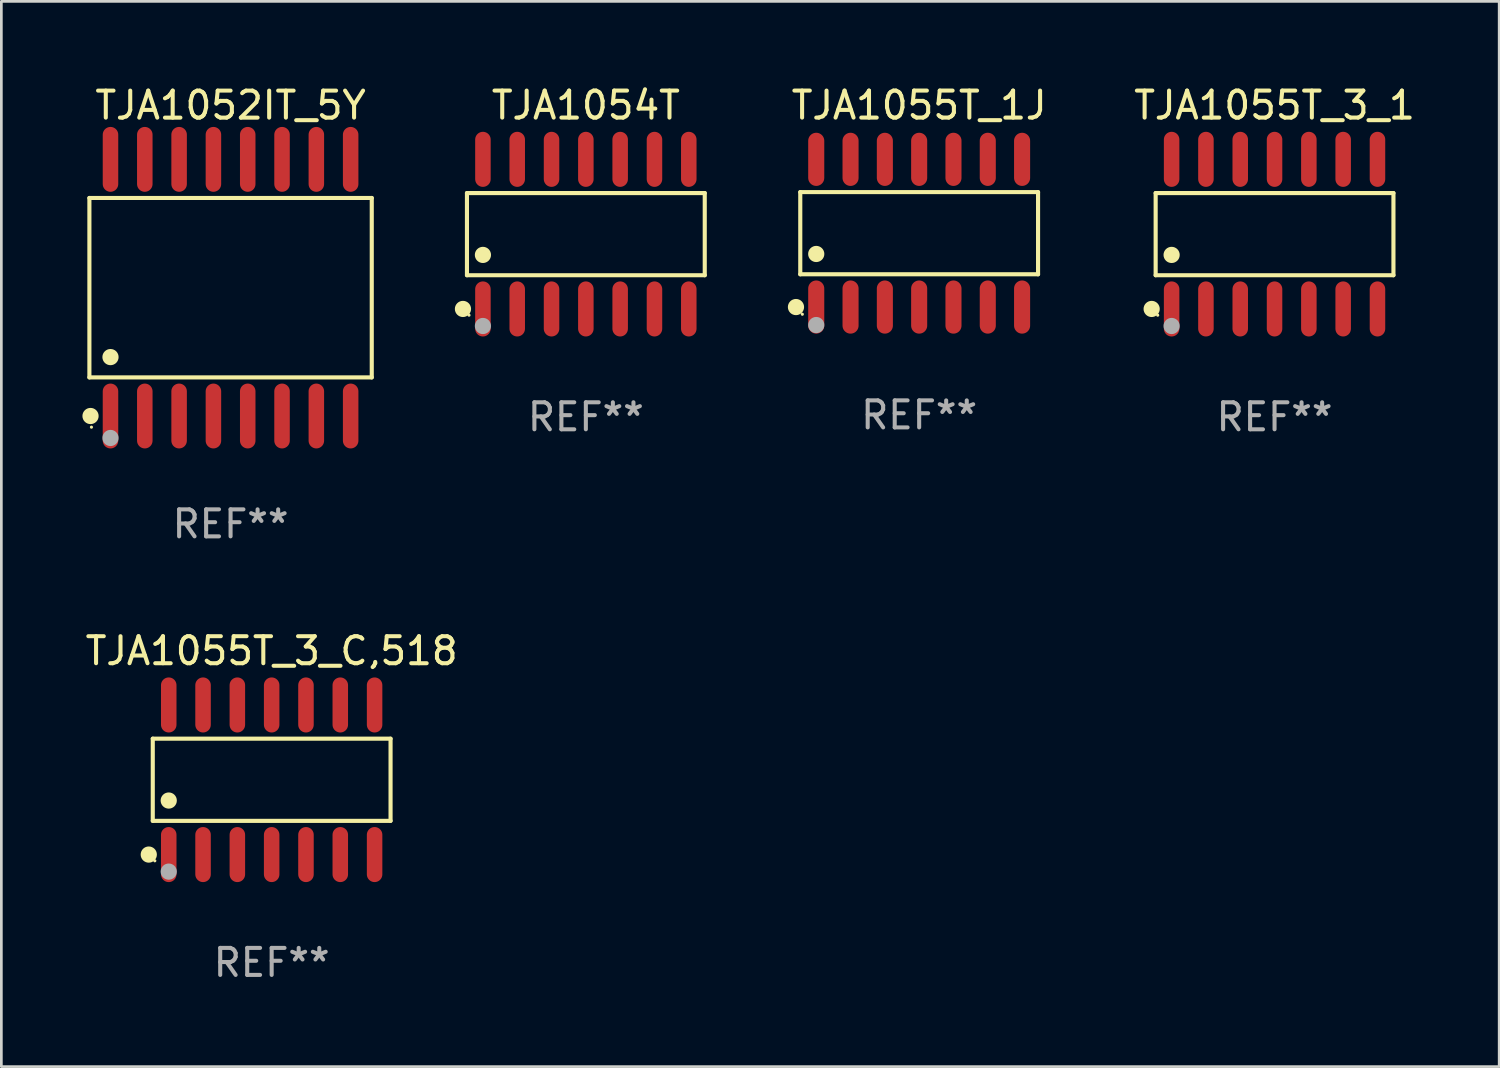
<source format=kicad_pcb>
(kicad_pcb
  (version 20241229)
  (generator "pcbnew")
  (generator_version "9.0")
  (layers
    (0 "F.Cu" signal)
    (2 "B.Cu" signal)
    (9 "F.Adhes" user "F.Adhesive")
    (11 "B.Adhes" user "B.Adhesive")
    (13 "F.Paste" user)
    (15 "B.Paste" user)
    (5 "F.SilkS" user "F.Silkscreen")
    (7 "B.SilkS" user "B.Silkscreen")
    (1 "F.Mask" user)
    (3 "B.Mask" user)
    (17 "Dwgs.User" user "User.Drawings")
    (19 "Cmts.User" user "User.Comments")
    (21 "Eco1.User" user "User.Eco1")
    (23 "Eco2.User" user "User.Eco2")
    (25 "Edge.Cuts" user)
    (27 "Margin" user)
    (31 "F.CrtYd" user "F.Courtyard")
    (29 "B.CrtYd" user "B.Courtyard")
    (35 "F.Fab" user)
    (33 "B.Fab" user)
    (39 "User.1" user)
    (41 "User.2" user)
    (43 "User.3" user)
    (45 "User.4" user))
  (footprint "TJA1055T_1J"
    (layer "F.Cu")
    (at 30.974 5.582)
    (property "Reference" "TJA1055T_1J" (at 0 -4.734 0) (layer "F.SilkS") (effects (font (size 1 1) (thickness 0.15))))
    (attr through_hole)
    (fp_line (start -4.401 -1.521) (end 4.401 -1.521) (stroke (width 0.152) (type solid)) (layer "F.SilkS"))
    (fp_line (start -4.401 1.521) (end -4.401 -1.521) (stroke (width 0.152) (type solid)) (layer "F.SilkS"))
    (fp_line (start 4.401 -1.521) (end 4.401 1.521) (stroke (width 0.152) (type solid)) (layer "F.SilkS"))
    (fp_line (start 4.401 1.521) (end -4.401 1.521) (stroke (width 0.152) (type solid)) (layer "F.SilkS"))
    (fp_circle (center -4.56 2.734) (end -4.41 2.734) (stroke (width 0.3) (type solid)) (fill no) (layer "F.SilkS"))
    (fp_circle (center -4.325 3) (end -4.295 3) (stroke (width 0.06) (type solid)) (fill no) (layer "F.SilkS"))
    (fp_circle (center -3.81 0.769) (end -3.66 0.769) (stroke (width 0.3) (type solid)) (fill no) (layer "F.SilkS"))
    (fp_circle (center -3.81 3.4) (end -3.66 3.4) (stroke (width 0.3) (type solid)) (fill no) (layer "F.Fab"))
    (fp_text user "REF**" (at 0 6.734 0) (layer "F.Fab") (effects (font (size 1 1) (thickness 0.15))))
    (pad "1" smd oval (at -3.81 2.734) (size 0.595 1.968) (layers "F.Cu" "F.Mask" "F.Paste"))
    (pad "2" smd oval (at -2.54 2.734) (size 0.595 1.968) (layers "F.Cu" "F.Mask" "F.Paste"))
    (pad "3" smd oval (at -1.27 2.734) (size 0.595 1.968) (layers "F.Cu" "F.Mask" "F.Paste"))
    (pad "4" smd oval (at 0 2.734) (size 0.595 1.968) (layers "F.Cu" "F.Mask" "F.Paste"))
    (pad "5" smd oval (at 1.27 2.734) (size 0.595 1.968) (layers "F.Cu" "F.Mask" "F.Paste"))
    (pad "6" smd oval (at 2.54 2.734) (size 0.595 1.968) (layers "F.Cu" "F.Mask" "F.Paste"))
    (pad "7" smd oval (at 3.81 2.734) (size 0.595 1.968) (layers "F.Cu" "F.Mask" "F.Paste"))
    (pad "8" smd oval (at 3.81 -2.734) (size 0.595 1.968) (layers "F.Cu" "F.Mask" "F.Paste"))
    (pad "9" smd oval (at 2.54 -2.734) (size 0.595 1.968) (layers "F.Cu" "F.Mask" "F.Paste"))
    (pad "10" smd oval (at 1.27 -2.734) (size 0.595 1.968) (layers "F.Cu" "F.Mask" "F.Paste"))
    (pad "11" smd oval (at 0 -2.734) (size 0.595 1.968) (layers "F.Cu" "F.Mask" "F.Paste"))
    (pad "12" smd oval (at -1.27 -2.734) (size 0.595 1.968) (layers "F.Cu" "F.Mask" "F.Paste"))
    (pad "13" smd oval (at -2.54 -2.734) (size 0.595 1.968) (layers "F.Cu" "F.Mask" "F.Paste"))
    (pad "14" smd oval (at -3.81 -2.734) (size 0.595 1.968) (layers "F.Cu" "F.Mask" "F.Paste")))
  (footprint "TJA1052IT_5Y"
    (layer "F.Cu")
    (at 5.485 7.599)
    (property "Reference" "TJA1052IT_5Y" (at 0 -6.75 0) (layer "F.SilkS") (effects (font (size 1 1) (thickness 0.15))))
    (attr through_hole)
    (fp_line (start -5.226 -3.321) (end 5.226 -3.321) (stroke (width 0.152) (type solid)) (layer "F.SilkS"))
    (fp_line (start -5.226 3.321) (end -5.226 -3.321) (stroke (width 0.152) (type solid)) (layer "F.SilkS"))
    (fp_line (start 5.226 -3.321) (end 5.226 3.321) (stroke (width 0.152) (type solid)) (layer "F.SilkS"))
    (fp_line (start 5.226 3.321) (end -5.226 3.321) (stroke (width 0.152) (type solid)) (layer "F.SilkS"))
    (fp_circle (center -5.184 4.75) (end -5.034 4.75) (stroke (width 0.3) (type solid)) (fill no) (layer "F.SilkS"))
    (fp_circle (center -5.15 5.163) (end -5.12 5.163) (stroke (width 0.06) (type solid)) (fill no) (layer "F.SilkS"))
    (fp_circle (center -4.445 2.569) (end -4.295 2.569) (stroke (width 0.3) (type solid)) (fill no) (layer "F.SilkS"))
    (fp_circle (center -4.445 5.563) (end -4.295 5.563) (stroke (width 0.3) (type solid)) (fill no) (layer "F.Fab"))
    (fp_text user "REF**" (at 0 8.75 0) (layer "F.Fab") (effects (font (size 1 1) (thickness 0.15))))
    (pad "1" smd oval (at -4.445 4.75) (size 0.574 2.401) (layers "F.Cu" "F.Mask" "F.Paste"))
    (pad "2" smd oval (at -3.175 4.75) (size 0.574 2.401) (layers "F.Cu" "F.Mask" "F.Paste"))
    (pad "3" smd oval (at -1.905 4.75) (size 0.574 2.401) (layers "F.Cu" "F.Mask" "F.Paste"))
    (pad "4" smd oval (at -0.635 4.75) (size 0.574 2.401) (layers "F.Cu" "F.Mask" "F.Paste"))
    (pad "5" smd oval (at 0.635 4.75) (size 0.574 2.401) (layers "F.Cu" "F.Mask" "F.Paste"))
    (pad "6" smd oval (at 1.905 4.75) (size 0.574 2.401) (layers "F.Cu" "F.Mask" "F.Paste"))
    (pad "7" smd oval (at 3.175 4.75) (size 0.574 2.401) (layers "F.Cu" "F.Mask" "F.Paste"))
    (pad "8" smd oval (at 4.445 4.75) (size 0.574 2.401) (layers "F.Cu" "F.Mask" "F.Paste"))
    (pad "9" smd oval (at 4.445 -4.75) (size 0.574 2.401) (layers "F.Cu" "F.Mask" "F.Paste"))
    (pad "10" smd oval (at 3.175 -4.75) (size 0.574 2.401) (layers "F.Cu" "F.Mask" "F.Paste"))
    (pad "11" smd oval (at 1.905 -4.75) (size 0.574 2.401) (layers "F.Cu" "F.Mask" "F.Paste"))
    (pad "12" smd oval (at 0.635 -4.75) (size 0.574 2.401) (layers "F.Cu" "F.Mask" "F.Paste"))
    (pad "13" smd oval (at -0.635 -4.75) (size 0.574 2.401) (layers "F.Cu" "F.Mask" "F.Paste"))
    (pad "14" smd oval (at -1.905 -4.75) (size 0.574 2.401) (layers "F.Cu" "F.Mask" "F.Paste"))
    (pad "15" smd oval (at -3.175 -4.75) (size 0.574 2.401) (layers "F.Cu" "F.Mask" "F.Paste"))
    (pad "16" smd oval (at -4.445 -4.75) (size 0.574 2.401) (layers "F.Cu" "F.Mask" "F.Paste")))
  (footprint "TJA1055T_3_1"
    (layer "F.Cu")
    (at 44.129 5.617)
    (property "Reference" "TJA1055T_3_1" (at 0 -4.769 0) (layer "F.SilkS") (effects (font (size 1 1) (thickness 0.15))))
    (attr through_hole)
    (fp_line (start -4.401 -1.521) (end 4.401 -1.521) (stroke (width 0.152) (type solid)) (layer "F.SilkS"))
    (fp_line (start -4.401 1.521) (end -4.401 -1.521) (stroke (width 0.152) (type solid)) (layer "F.SilkS"))
    (fp_line (start 4.401 -1.521) (end 4.401 1.521) (stroke (width 0.152) (type solid)) (layer "F.SilkS"))
    (fp_line (start 4.401 1.521) (end -4.401 1.521) (stroke (width 0.152) (type solid)) (layer "F.SilkS"))
    (fp_circle (center -4.549 2.769) (end -4.399 2.769) (stroke (width 0.3) (type solid)) (fill no) (layer "F.SilkS"))
    (fp_circle (center -4.325 3) (end -4.295 3) (stroke (width 0.06) (type solid)) (fill no) (layer "F.SilkS"))
    (fp_circle (center -3.81 0.769) (end -3.66 0.769) (stroke (width 0.3) (type solid)) (fill no) (layer "F.SilkS"))
    (fp_circle (center -3.81 3.4) (end -3.66 3.4) (stroke (width 0.3) (type solid)) (fill no) (layer "F.Fab"))
    (fp_text user "REF**" (at 0 6.769 0) (layer "F.Fab") (effects (font (size 1 1) (thickness 0.15))))
    (pad "1" smd oval (at -3.81 2.769) (size 0.574 2.038) (layers "F.Cu" "F.Mask" "F.Paste"))
    (pad "2" smd oval (at -2.54 2.769) (size 0.574 2.038) (layers "F.Cu" "F.Mask" "F.Paste"))
    (pad "3" smd oval (at -1.27 2.769) (size 0.574 2.038) (layers "F.Cu" "F.Mask" "F.Paste"))
    (pad "4" smd oval (at 0 2.769) (size 0.574 2.038) (layers "F.Cu" "F.Mask" "F.Paste"))
    (pad "5" smd oval (at 1.27 2.769) (size 0.574 2.038) (layers "F.Cu" "F.Mask" "F.Paste"))
    (pad "6" smd oval (at 2.54 2.769) (size 0.574 2.038) (layers "F.Cu" "F.Mask" "F.Paste"))
    (pad "7" smd oval (at 3.81 2.769) (size 0.574 2.038) (layers "F.Cu" "F.Mask" "F.Paste"))
    (pad "8" smd oval (at 3.81 -2.769) (size 0.574 2.038) (layers "F.Cu" "F.Mask" "F.Paste"))
    (pad "9" smd oval (at 2.54 -2.769) (size 0.574 2.038) (layers "F.Cu" "F.Mask" "F.Paste"))
    (pad "10" smd oval (at 1.27 -2.769) (size 0.574 2.038) (layers "F.Cu" "F.Mask" "F.Paste"))
    (pad "11" smd oval (at 0 -2.769) (size 0.574 2.038) (layers "F.Cu" "F.Mask" "F.Paste"))
    (pad "12" smd oval (at -1.27 -2.769) (size 0.574 2.038) (layers "F.Cu" "F.Mask" "F.Paste"))
    (pad "13" smd oval (at -2.54 -2.769) (size 0.574 2.038) (layers "F.Cu" "F.Mask" "F.Paste"))
    (pad "14" smd oval (at -3.81 -2.769) (size 0.574 2.038) (layers "F.Cu" "F.Mask" "F.Paste")))
  (footprint "TJA1055T_3_C,518"
    (layer "F.Cu")
    (at 7.006 25.814)
    (property "Reference" "TJA1055T_3_C,518" (at 0 -4.769 0) (layer "F.SilkS") (effects (font (size 1 1) (thickness 0.15))))
    (attr through_hole)
    (fp_line (start -4.401 -1.521) (end 4.401 -1.521) (stroke (width 0.152) (type solid)) (layer "F.SilkS"))
    (fp_line (start -4.401 1.521) (end -4.401 -1.521) (stroke (width 0.152) (type solid)) (layer "F.SilkS"))
    (fp_line (start 4.401 -1.521) (end 4.401 1.521) (stroke (width 0.152) (type solid)) (layer "F.SilkS"))
    (fp_line (start 4.401 1.521) (end -4.401 1.521) (stroke (width 0.152) (type solid)) (layer "F.SilkS"))
    (fp_circle (center -4.549 2.769) (end -4.399 2.769) (stroke (width 0.3) (type solid)) (fill no) (layer "F.SilkS"))
    (fp_circle (center -4.325 3) (end -4.295 3) (stroke (width 0.06) (type solid)) (fill no) (layer "F.SilkS"))
    (fp_circle (center -3.81 0.769) (end -3.66 0.769) (stroke (width 0.3) (type solid)) (fill no) (layer "F.SilkS"))
    (fp_circle (center -3.81 3.4) (end -3.66 3.4) (stroke (width 0.3) (type solid)) (fill no) (layer "F.Fab"))
    (fp_text user "REF**" (at 0 6.769 0) (layer "F.Fab") (effects (font (size 1 1) (thickness 0.15))))
    (pad "1" smd oval (at -3.81 2.769) (size 0.574 2.038) (layers "F.Cu" "F.Mask" "F.Paste"))
    (pad "2" smd oval (at -2.54 2.769) (size 0.574 2.038) (layers "F.Cu" "F.Mask" "F.Paste"))
    (pad "3" smd oval (at -1.27 2.769) (size 0.574 2.038) (layers "F.Cu" "F.Mask" "F.Paste"))
    (pad "4" smd oval (at 0 2.769) (size 0.574 2.038) (layers "F.Cu" "F.Mask" "F.Paste"))
    (pad "5" smd oval (at 1.27 2.769) (size 0.574 2.038) (layers "F.Cu" "F.Mask" "F.Paste"))
    (pad "6" smd oval (at 2.54 2.769) (size 0.574 2.038) (layers "F.Cu" "F.Mask" "F.Paste"))
    (pad "7" smd oval (at 3.81 2.769) (size 0.574 2.038) (layers "F.Cu" "F.Mask" "F.Paste"))
    (pad "8" smd oval (at 3.81 -2.769) (size 0.574 2.038) (layers "F.Cu" "F.Mask" "F.Paste"))
    (pad "9" smd oval (at 2.54 -2.769) (size 0.574 2.038) (layers "F.Cu" "F.Mask" "F.Paste"))
    (pad "10" smd oval (at 1.27 -2.769) (size 0.574 2.038) (layers "F.Cu" "F.Mask" "F.Paste"))
    (pad "11" smd oval (at 0 -2.769) (size 0.574 2.038) (layers "F.Cu" "F.Mask" "F.Paste"))
    (pad "12" smd oval (at -1.27 -2.769) (size 0.574 2.038) (layers "F.Cu" "F.Mask" "F.Paste"))
    (pad "13" smd oval (at -2.54 -2.769) (size 0.574 2.038) (layers "F.Cu" "F.Mask" "F.Paste"))
    (pad "14" smd oval (at -3.81 -2.769) (size 0.574 2.038) (layers "F.Cu" "F.Mask" "F.Paste")))
  (footprint "TJA1054T"
    (layer "F.Cu")
    (at 18.636 5.617)
    (property "Reference" "TJA1054T" (at 0 -4.769 0) (layer "F.SilkS") (effects (font (size 1 1) (thickness 0.15))))
    (attr through_hole)
    (fp_line (start -4.401 -1.521) (end 4.401 -1.521) (stroke (width 0.152) (type solid)) (layer "F.SilkS"))
    (fp_line (start -4.401 1.521) (end -4.401 -1.521) (stroke (width 0.152) (type solid)) (layer "F.SilkS"))
    (fp_line (start 4.401 -1.521) (end 4.401 1.521) (stroke (width 0.152) (type solid)) (layer "F.SilkS"))
    (fp_line (start 4.401 1.521) (end -4.401 1.521) (stroke (width 0.152) (type solid)) (layer "F.SilkS"))
    (fp_circle (center -4.549 2.769) (end -4.399 2.769) (stroke (width 0.3) (type solid)) (fill no) (layer "F.SilkS"))
    (fp_circle (center -4.325 3) (end -4.295 3) (stroke (width 0.06) (type solid)) (fill no) (layer "F.SilkS"))
    (fp_circle (center -3.81 0.769) (end -3.66 0.769) (stroke (width 0.3) (type solid)) (fill no) (layer "F.SilkS"))
    (fp_circle (center -3.81 3.4) (end -3.66 3.4) (stroke (width 0.3) (type solid)) (fill no) (layer "F.Fab"))
    (fp_text user "REF**" (at 0 6.769 0) (layer "F.Fab") (effects (font (size 1 1) (thickness 0.15))))
    (pad "1" smd oval (at -3.81 2.769) (size 0.574 2.038) (layers "F.Cu" "F.Mask" "F.Paste"))
    (pad "2" smd oval (at -2.54 2.769) (size 0.574 2.038) (layers "F.Cu" "F.Mask" "F.Paste"))
    (pad "3" smd oval (at -1.27 2.769) (size 0.574 2.038) (layers "F.Cu" "F.Mask" "F.Paste"))
    (pad "4" smd oval (at 0 2.769) (size 0.574 2.038) (layers "F.Cu" "F.Mask" "F.Paste"))
    (pad "5" smd oval (at 1.27 2.769) (size 0.574 2.038) (layers "F.Cu" "F.Mask" "F.Paste"))
    (pad "6" smd oval (at 2.54 2.769) (size 0.574 2.038) (layers "F.Cu" "F.Mask" "F.Paste"))
    (pad "7" smd oval (at 3.81 2.769) (size 0.574 2.038) (layers "F.Cu" "F.Mask" "F.Paste"))
    (pad "8" smd oval (at 3.81 -2.769) (size 0.574 2.038) (layers "F.Cu" "F.Mask" "F.Paste"))
    (pad "9" smd oval (at 2.54 -2.769) (size 0.574 2.038) (layers "F.Cu" "F.Mask" "F.Paste"))
    (pad "10" smd oval (at 1.27 -2.769) (size 0.574 2.038) (layers "F.Cu" "F.Mask" "F.Paste"))
    (pad "11" smd oval (at 0 -2.769) (size 0.574 2.038) (layers "F.Cu" "F.Mask" "F.Paste"))
    (pad "12" smd oval (at -1.27 -2.769) (size 0.574 2.038) (layers "F.Cu" "F.Mask" "F.Paste"))
    (pad "13" smd oval (at -2.54 -2.769) (size 0.574 2.038) (layers "F.Cu" "F.Mask" "F.Paste"))
    (pad "14" smd oval (at -3.81 -2.769) (size 0.574 2.038) (layers "F.Cu" "F.Mask" "F.Paste")))
  (gr_rect
    (start -3 -3)
    (end 52.444 36.432)
    (stroke (width 0.1) (type default))
    (fill no)
    (layer "Edge.Cuts")))
</source>
